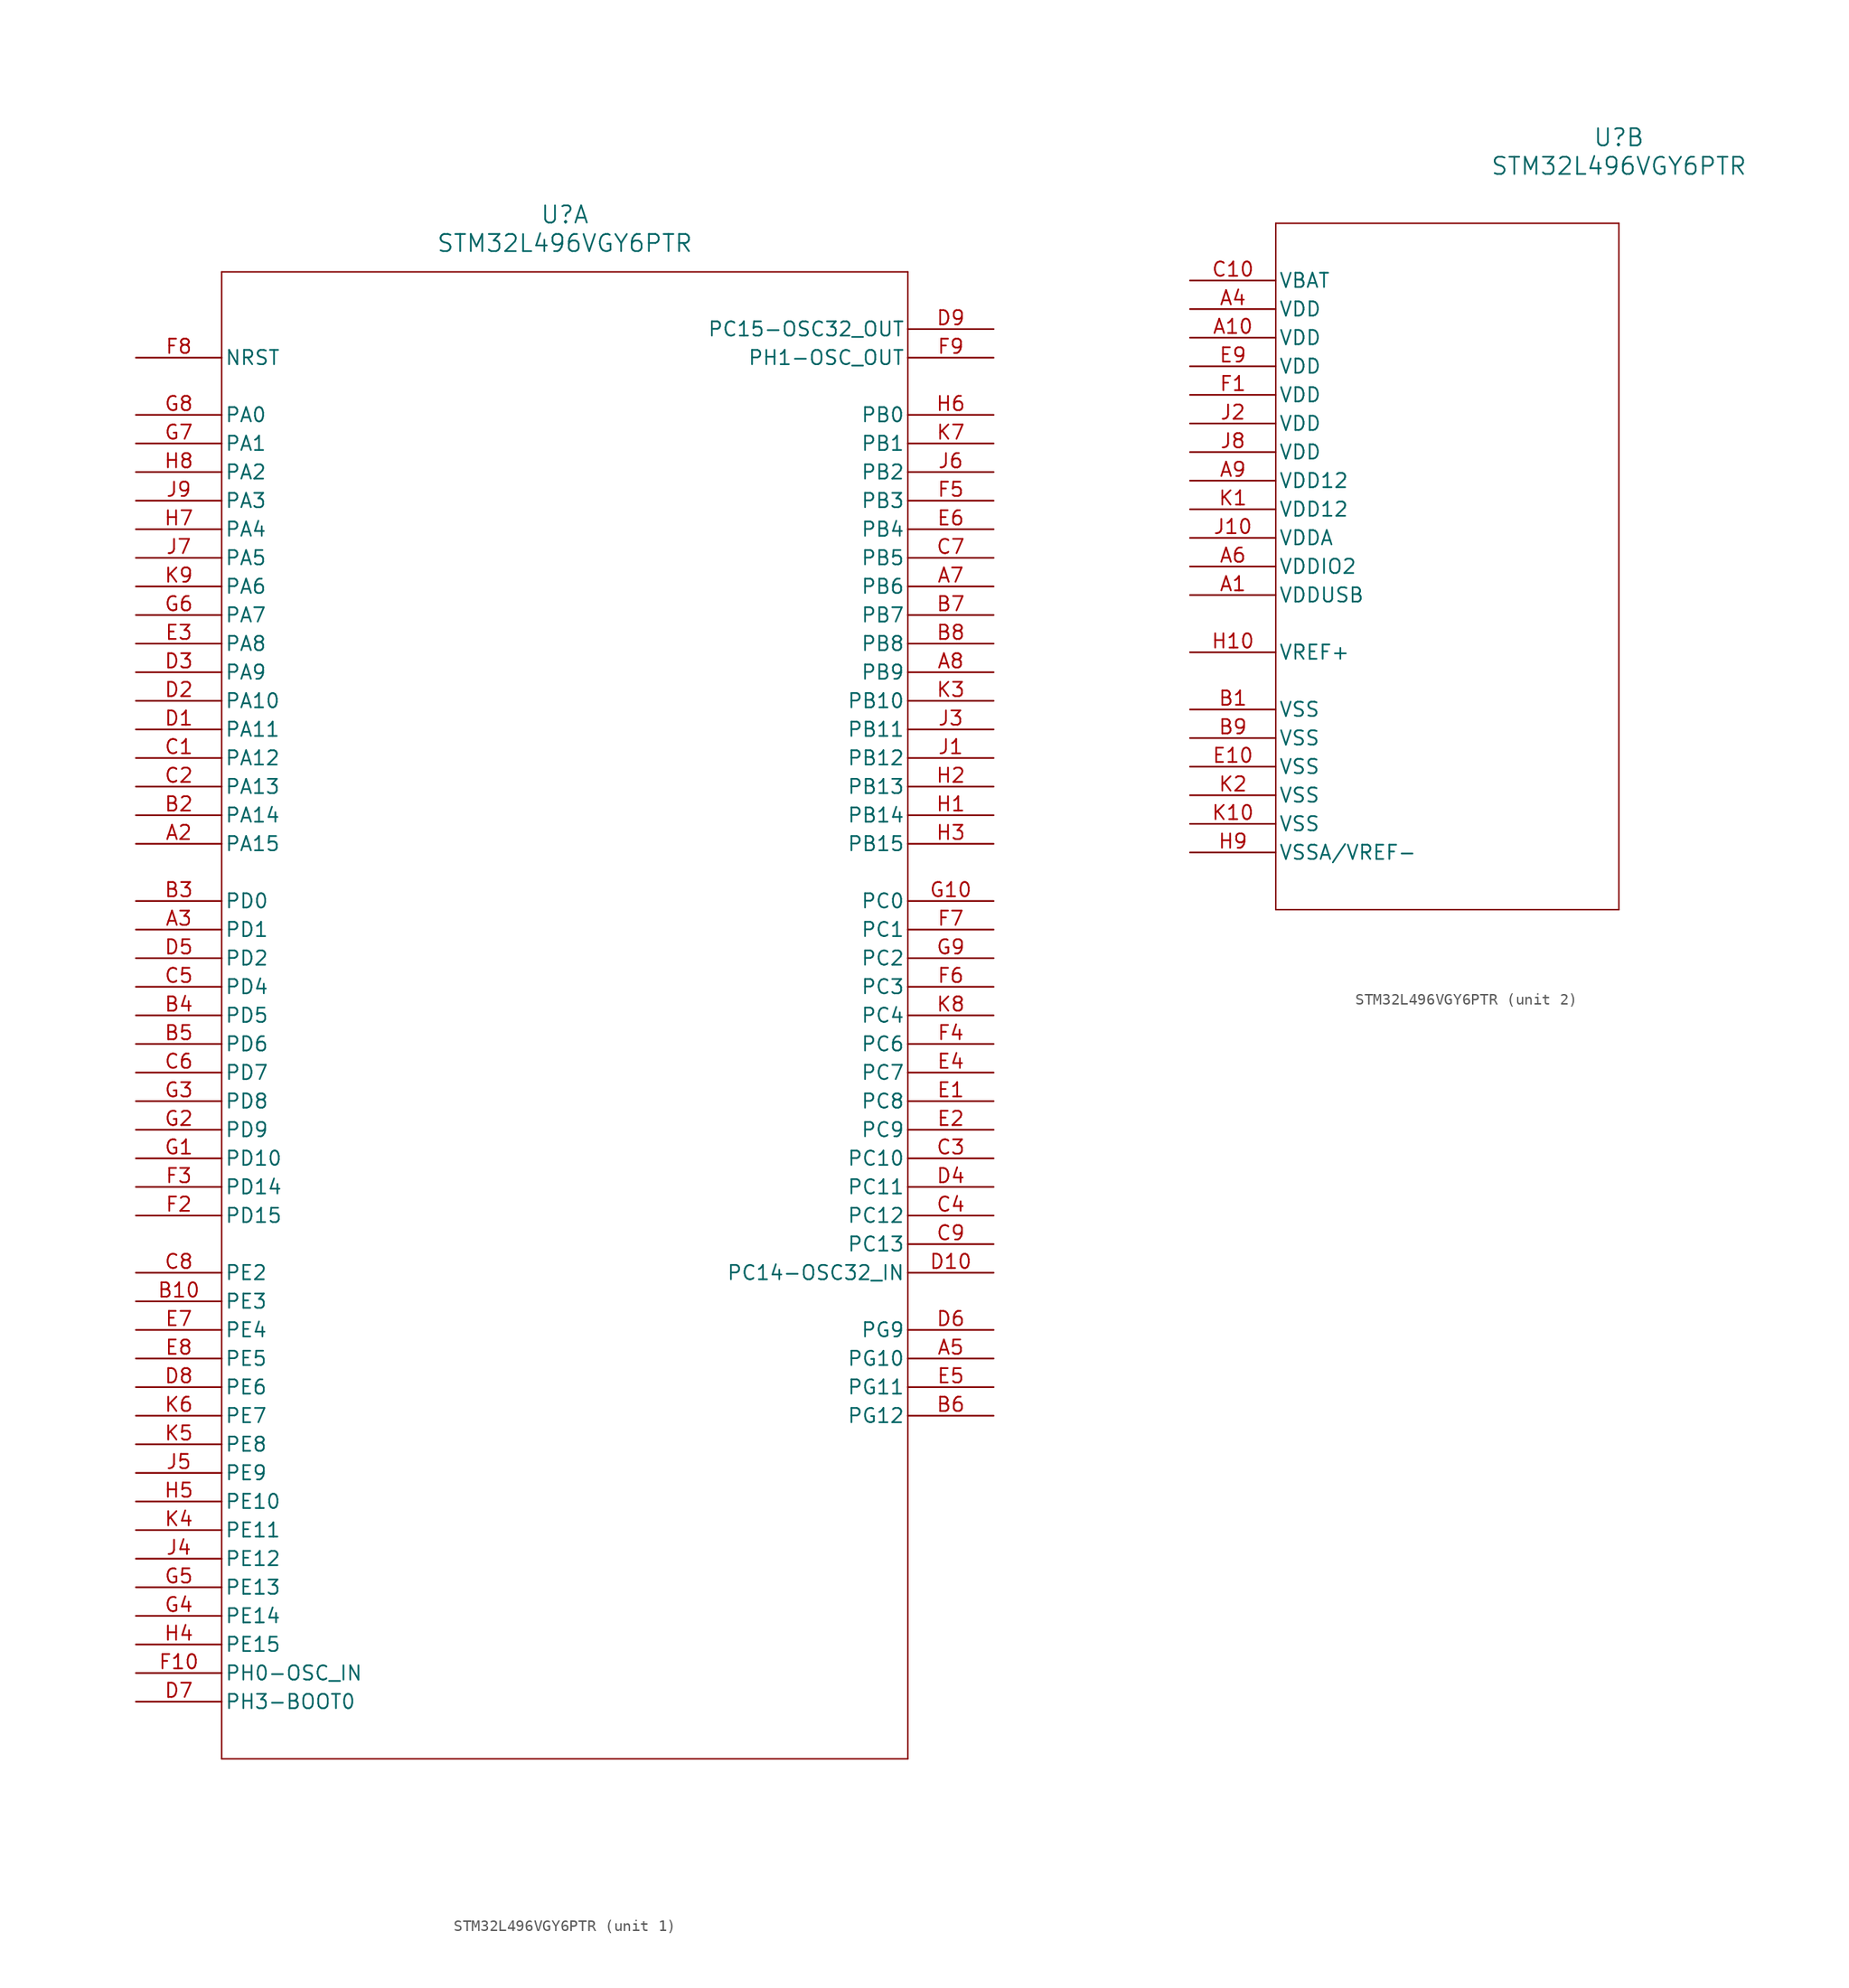
<source format=kicad_sym>
(kicad_symbol_lib
  (version 20241209)
  (generator "kicad_symbol_editor")
  (generator_version "9.0")
  (symbol "STM32L496VGY6PTR"
    (pin_names
      (offset 0.254))
    (property "Reference" "U"
      (at 38.1 12.7 0)
      (effects (font (size 1.524 1.524))))
    (property "Value" "STM32L496VGY6PTR"
      (at 38.1 10.16 0)
      (effects (font (size 1.524 1.524))))
    (property "ki_locked" ""
      (at 0 0 0)
      (effects (font (size 1.27 1.27))))
    (symbol "STM32L496VGY6PTR_1_1"
      (polyline (pts (xy 7.62 7.62) (xy 7.62 -124.46)) (stroke (width 0.127) (type default)) (fill (type none)))
      (polyline (pts (xy 7.62 -124.46) (xy 68.58 -124.46)) (stroke (width 0.127) (type default)) (fill (type none)))
      (polyline (pts (xy 68.58 7.62) (xy 7.62 7.62)) (stroke (width 0.127) (type default)) (fill (type none)))
      (polyline (pts (xy 68.58 -124.46) (xy 68.58 7.62)) (stroke (width 0.127) (type default)) (fill (type none)))
      (pin bidirectional line (at 0 0 0) (length 7.62) (name "NRST" (effects (font (size 1.27 1.27)))) (number "F8" (effects (font (size 1.27 1.27)))))
      (pin bidirectional line (at 0 -5.08 0) (length 7.62) (name "PA0" (effects (font (size 1.27 1.27)))) (number "G8" (effects (font (size 1.27 1.27)))))
      (pin bidirectional line (at 0 -7.62 0) (length 7.62) (name "PA1" (effects (font (size 1.27 1.27)))) (number "G7" (effects (font (size 1.27 1.27)))))
      (pin bidirectional line (at 0 -10.16 0) (length 7.62) (name "PA2" (effects (font (size 1.27 1.27)))) (number "H8" (effects (font (size 1.27 1.27)))))
      (pin bidirectional line (at 0 -12.7 0) (length 7.62) (name "PA3" (effects (font (size 1.27 1.27)))) (number "J9" (effects (font (size 1.27 1.27)))))
      (pin bidirectional line (at 0 -15.24 0) (length 7.62) (name "PA4" (effects (font (size 1.27 1.27)))) (number "H7" (effects (font (size 1.27 1.27)))))
      (pin bidirectional line (at 0 -17.78 0) (length 7.62) (name "PA5" (effects (font (size 1.27 1.27)))) (number "J7" (effects (font (size 1.27 1.27)))))
      (pin bidirectional line (at 0 -20.32 0) (length 7.62) (name "PA6" (effects (font (size 1.27 1.27)))) (number "K9" (effects (font (size 1.27 1.27)))))
      (pin bidirectional line (at 0 -22.86 0) (length 7.62) (name "PA7" (effects (font (size 1.27 1.27)))) (number "G6" (effects (font (size 1.27 1.27)))))
      (pin bidirectional line (at 0 -25.4 0) (length 7.62) (name "PA8" (effects (font (size 1.27 1.27)))) (number "E3" (effects (font (size 1.27 1.27)))))
      (pin bidirectional line (at 0 -27.94 0) (length 7.62) (name "PA9" (effects (font (size 1.27 1.27)))) (number "D3" (effects (font (size 1.27 1.27)))))
      (pin bidirectional line (at 0 -30.48 0) (length 7.62) (name "PA10" (effects (font (size 1.27 1.27)))) (number "D2" (effects (font (size 1.27 1.27)))))
      (pin bidirectional line (at 0 -33.02 0) (length 7.62) (name "PA11" (effects (font (size 1.27 1.27)))) (number "D1" (effects (font (size 1.27 1.27)))))
      (pin bidirectional line (at 0 -35.56 0) (length 7.62) (name "PA12" (effects (font (size 1.27 1.27)))) (number "C1" (effects (font (size 1.27 1.27)))))
      (pin bidirectional line (at 0 -38.1 0) (length 7.62) (name "PA13" (effects (font (size 1.27 1.27)))) (number "C2" (effects (font (size 1.27 1.27)))))
      (pin bidirectional line (at 0 -40.64 0) (length 7.62) (name "PA14" (effects (font (size 1.27 1.27)))) (number "B2" (effects (font (size 1.27 1.27)))))
      (pin bidirectional line (at 0 -43.18 0) (length 7.62) (name "PA15" (effects (font (size 1.27 1.27)))) (number "A2" (effects (font (size 1.27 1.27)))))
      (pin bidirectional line (at 0 -48.26 0) (length 7.62) (name "PD0" (effects (font (size 1.27 1.27)))) (number "B3" (effects (font (size 1.27 1.27)))))
      (pin bidirectional line (at 0 -50.8 0) (length 7.62) (name "PD1" (effects (font (size 1.27 1.27)))) (number "A3" (effects (font (size 1.27 1.27)))))
      (pin bidirectional line (at 0 -53.34 0) (length 7.62) (name "PD2" (effects (font (size 1.27 1.27)))) (number "D5" (effects (font (size 1.27 1.27)))))
      (pin bidirectional line (at 0 -55.88 0) (length 7.62) (name "PD4" (effects (font (size 1.27 1.27)))) (number "C5" (effects (font (size 1.27 1.27)))))
      (pin bidirectional line (at 0 -58.42 0) (length 7.62) (name "PD5" (effects (font (size 1.27 1.27)))) (number "B4" (effects (font (size 1.27 1.27)))))
      (pin bidirectional line (at 0 -60.96 0) (length 7.62) (name "PD6" (effects (font (size 1.27 1.27)))) (number "B5" (effects (font (size 1.27 1.27)))))
      (pin bidirectional line (at 0 -63.5 0) (length 7.62) (name "PD7" (effects (font (size 1.27 1.27)))) (number "C6" (effects (font (size 1.27 1.27)))))
      (pin bidirectional line (at 0 -66.04 0) (length 7.62) (name "PD8" (effects (font (size 1.27 1.27)))) (number "G3" (effects (font (size 1.27 1.27)))))
      (pin bidirectional line (at 0 -68.58 0) (length 7.62) (name "PD9" (effects (font (size 1.27 1.27)))) (number "G2" (effects (font (size 1.27 1.27)))))
      (pin bidirectional line (at 0 -71.12 0) (length 7.62) (name "PD10" (effects (font (size 1.27 1.27)))) (number "G1" (effects (font (size 1.27 1.27)))))
      (pin bidirectional line (at 0 -73.66 0) (length 7.62) (name "PD14" (effects (font (size 1.27 1.27)))) (number "F3" (effects (font (size 1.27 1.27)))))
      (pin bidirectional line (at 0 -76.2 0) (length 7.62) (name "PD15" (effects (font (size 1.27 1.27)))) (number "F2" (effects (font (size 1.27 1.27)))))
      (pin bidirectional line (at 0 -81.28 0) (length 7.62) (name "PE2" (effects (font (size 1.27 1.27)))) (number "C8" (effects (font (size 1.27 1.27)))))
      (pin bidirectional line (at 0 -83.82 0) (length 7.62) (name "PE3" (effects (font (size 1.27 1.27)))) (number "B10" (effects (font (size 1.27 1.27)))))
      (pin bidirectional line (at 0 -86.36 0) (length 7.62) (name "PE4" (effects (font (size 1.27 1.27)))) (number "E7" (effects (font (size 1.27 1.27)))))
      (pin bidirectional line (at 0 -88.9 0) (length 7.62) (name "PE5" (effects (font (size 1.27 1.27)))) (number "E8" (effects (font (size 1.27 1.27)))))
      (pin bidirectional line (at 0 -91.44 0) (length 7.62) (name "PE6" (effects (font (size 1.27 1.27)))) (number "D8" (effects (font (size 1.27 1.27)))))
      (pin bidirectional line (at 0 -93.98 0) (length 7.62) (name "PE7" (effects (font (size 1.27 1.27)))) (number "K6" (effects (font (size 1.27 1.27)))))
      (pin bidirectional line (at 0 -96.52 0) (length 7.62) (name "PE8" (effects (font (size 1.27 1.27)))) (number "K5" (effects (font (size 1.27 1.27)))))
      (pin bidirectional line (at 0 -99.06 0) (length 7.62) (name "PE9" (effects (font (size 1.27 1.27)))) (number "J5" (effects (font (size 1.27 1.27)))))
      (pin bidirectional line (at 0 -101.6 0) (length 7.62) (name "PE10" (effects (font (size 1.27 1.27)))) (number "H5" (effects (font (size 1.27 1.27)))))
      (pin bidirectional line (at 0 -104.14 0) (length 7.62) (name "PE11" (effects (font (size 1.27 1.27)))) (number "K4" (effects (font (size 1.27 1.27)))))
      (pin bidirectional line (at 0 -106.68 0) (length 7.62) (name "PE12" (effects (font (size 1.27 1.27)))) (number "J4" (effects (font (size 1.27 1.27)))))
      (pin bidirectional line (at 0 -109.22 0) (length 7.62) (name "PE13" (effects (font (size 1.27 1.27)))) (number "G5" (effects (font (size 1.27 1.27)))))
      (pin bidirectional line (at 0 -111.76 0) (length 7.62) (name "PE14" (effects (font (size 1.27 1.27)))) (number "G4" (effects (font (size 1.27 1.27)))))
      (pin bidirectional line (at 0 -114.3 0) (length 7.62) (name "PE15" (effects (font (size 1.27 1.27)))) (number "H4" (effects (font (size 1.27 1.27)))))
      (pin bidirectional line (at 0 -116.84 0) (length 7.62) (name "PH0-OSC_IN" (effects (font (size 1.27 1.27)))) (number "F10" (effects (font (size 1.27 1.27)))))
      (pin bidirectional line (at 0 -119.38 0) (length 7.62) (name "PH3-BOOT0" (effects (font (size 1.27 1.27)))) (number "D7" (effects (font (size 1.27 1.27)))))
      (pin bidirectional line (at 76.2 2.54 180) (length 7.62) (name "PC15-OSC32_OUT" (effects (font (size 1.27 1.27)))) (number "D9" (effects (font (size 1.27 1.27)))))
      (pin bidirectional line (at 76.2 0 180) (length 7.62) (name "PH1-OSC_OUT" (effects (font (size 1.27 1.27)))) (number "F9" (effects (font (size 1.27 1.27)))))
      (pin bidirectional line (at 76.2 -5.08 180) (length 7.62) (name "PB0" (effects (font (size 1.27 1.27)))) (number "H6" (effects (font (size 1.27 1.27)))))
      (pin bidirectional line (at 76.2 -7.62 180) (length 7.62) (name "PB1" (effects (font (size 1.27 1.27)))) (number "K7" (effects (font (size 1.27 1.27)))))
      (pin bidirectional line (at 76.2 -10.16 180) (length 7.62) (name "PB2" (effects (font (size 1.27 1.27)))) (number "J6" (effects (font (size 1.27 1.27)))))
      (pin bidirectional line (at 76.2 -12.7 180) (length 7.62) (name "PB3" (effects (font (size 1.27 1.27)))) (number "F5" (effects (font (size 1.27 1.27)))))
      (pin bidirectional line (at 76.2 -15.24 180) (length 7.62) (name "PB4" (effects (font (size 1.27 1.27)))) (number "E6" (effects (font (size 1.27 1.27)))))
      (pin bidirectional line (at 76.2 -17.78 180) (length 7.62) (name "PB5" (effects (font (size 1.27 1.27)))) (number "C7" (effects (font (size 1.27 1.27)))))
      (pin bidirectional line (at 76.2 -20.32 180) (length 7.62) (name "PB6" (effects (font (size 1.27 1.27)))) (number "A7" (effects (font (size 1.27 1.27)))))
      (pin bidirectional line (at 76.2 -22.86 180) (length 7.62) (name "PB7" (effects (font (size 1.27 1.27)))) (number "B7" (effects (font (size 1.27 1.27)))))
      (pin bidirectional line (at 76.2 -25.4 180) (length 7.62) (name "PB8" (effects (font (size 1.27 1.27)))) (number "B8" (effects (font (size 1.27 1.27)))))
      (pin bidirectional line (at 76.2 -27.94 180) (length 7.62) (name "PB9" (effects (font (size 1.27 1.27)))) (number "A8" (effects (font (size 1.27 1.27)))))
      (pin bidirectional line (at 76.2 -30.48 180) (length 7.62) (name "PB10" (effects (font (size 1.27 1.27)))) (number "K3" (effects (font (size 1.27 1.27)))))
      (pin bidirectional line (at 76.2 -33.02 180) (length 7.62) (name "PB11" (effects (font (size 1.27 1.27)))) (number "J3" (effects (font (size 1.27 1.27)))))
      (pin bidirectional line (at 76.2 -35.56 180) (length 7.62) (name "PB12" (effects (font (size 1.27 1.27)))) (number "J1" (effects (font (size 1.27 1.27)))))
      (pin bidirectional line (at 76.2 -38.1 180) (length 7.62) (name "PB13" (effects (font (size 1.27 1.27)))) (number "H2" (effects (font (size 1.27 1.27)))))
      (pin bidirectional line (at 76.2 -40.64 180) (length 7.62) (name "PB14" (effects (font (size 1.27 1.27)))) (number "H1" (effects (font (size 1.27 1.27)))))
      (pin bidirectional line (at 76.2 -43.18 180) (length 7.62) (name "PB15" (effects (font (size 1.27 1.27)))) (number "H3" (effects (font (size 1.27 1.27)))))
      (pin bidirectional line (at 76.2 -48.26 180) (length 7.62) (name "PC0" (effects (font (size 1.27 1.27)))) (number "G10" (effects (font (size 1.27 1.27)))))
      (pin bidirectional line (at 76.2 -50.8 180) (length 7.62) (name "PC1" (effects (font (size 1.27 1.27)))) (number "F7" (effects (font (size 1.27 1.27)))))
      (pin bidirectional line (at 76.2 -53.34 180) (length 7.62) (name "PC2" (effects (font (size 1.27 1.27)))) (number "G9" (effects (font (size 1.27 1.27)))))
      (pin bidirectional line (at 76.2 -55.88 180) (length 7.62) (name "PC3" (effects (font (size 1.27 1.27)))) (number "F6" (effects (font (size 1.27 1.27)))))
      (pin bidirectional line (at 76.2 -58.42 180) (length 7.62) (name "PC4" (effects (font (size 1.27 1.27)))) (number "K8" (effects (font (size 1.27 1.27)))))
      (pin bidirectional line (at 76.2 -60.96 180) (length 7.62) (name "PC6" (effects (font (size 1.27 1.27)))) (number "F4" (effects (font (size 1.27 1.27)))))
      (pin bidirectional line (at 76.2 -63.5 180) (length 7.62) (name "PC7" (effects (font (size 1.27 1.27)))) (number "E4" (effects (font (size 1.27 1.27)))))
      (pin bidirectional line (at 76.2 -66.04 180) (length 7.62) (name "PC8" (effects (font (size 1.27 1.27)))) (number "E1" (effects (font (size 1.27 1.27)))))
      (pin bidirectional line (at 76.2 -68.58 180) (length 7.62) (name "PC9" (effects (font (size 1.27 1.27)))) (number "E2" (effects (font (size 1.27 1.27)))))
      (pin bidirectional line (at 76.2 -71.12 180) (length 7.62) (name "PC10" (effects (font (size 1.27 1.27)))) (number "C3" (effects (font (size 1.27 1.27)))))
      (pin bidirectional line (at 76.2 -73.66 180) (length 7.62) (name "PC11" (effects (font (size 1.27 1.27)))) (number "D4" (effects (font (size 1.27 1.27)))))
      (pin bidirectional line (at 76.2 -76.2 180) (length 7.62) (name "PC12" (effects (font (size 1.27 1.27)))) (number "C4" (effects (font (size 1.27 1.27)))))
      (pin bidirectional line (at 76.2 -78.74 180) (length 7.62) (name "PC13" (effects (font (size 1.27 1.27)))) (number "C9" (effects (font (size 1.27 1.27)))))
      (pin bidirectional line (at 76.2 -81.28 180) (length 7.62) (name "PC14-OSC32_IN" (effects (font (size 1.27 1.27)))) (number "D10" (effects (font (size 1.27 1.27)))))
      (pin bidirectional line (at 76.2 -86.36 180) (length 7.62) (name "PG9" (effects (font (size 1.27 1.27)))) (number "D6" (effects (font (size 1.27 1.27)))))
      (pin bidirectional line (at 76.2 -88.9 180) (length 7.62) (name "PG10" (effects (font (size 1.27 1.27)))) (number "A5" (effects (font (size 1.27 1.27)))))
      (pin bidirectional line (at 76.2 -91.44 180) (length 7.62) (name "PG11" (effects (font (size 1.27 1.27)))) (number "E5" (effects (font (size 1.27 1.27)))))
      (pin bidirectional line (at 76.2 -93.98 180) (length 7.62) (name "PG12" (effects (font (size 1.27 1.27)))) (number "B6" (effects (font (size 1.27 1.27))))))
    (symbol "STM32L496VGY6PTR_2_1"
      (polyline (pts (xy 7.62 5.08) (xy 7.62 -55.88)) (stroke (width 0.127) (type default)) (fill (type none)))
      (polyline (pts (xy 7.62 -55.88) (xy 38.1 -55.88)) (stroke (width 0.127) (type default)) (fill (type none)))
      (polyline (pts (xy 38.1 5.08) (xy 7.62 5.08)) (stroke (width 0.127) (type default)) (fill (type none)))
      (polyline (pts (xy 38.1 -55.88) (xy 38.1 5.08)) (stroke (width 0.127) (type default)) (fill (type none)))
      (pin power_in line (at 0 0 0) (length 7.62) (name "VBAT" (effects (font (size 1.27 1.27)))) (number "C10" (effects (font (size 1.27 1.27)))))
      (pin power_in line (at 0 -2.54 0) (length 7.62) (name "VDD" (effects (font (size 1.27 1.27)))) (number "A4" (effects (font (size 1.27 1.27)))))
      (pin power_in line (at 0 -5.08 0) (length 7.62) (name "VDD" (effects (font (size 1.27 1.27)))) (number "A10" (effects (font (size 1.27 1.27)))))
      (pin power_in line (at 0 -7.62 0) (length 7.62) (name "VDD" (effects (font (size 1.27 1.27)))) (number "E9" (effects (font (size 1.27 1.27)))))
      (pin power_in line (at 0 -10.16 0) (length 7.62) (name "VDD" (effects (font (size 1.27 1.27)))) (number "F1" (effects (font (size 1.27 1.27)))))
      (pin power_in line (at 0 -12.7 0) (length 7.62) (name "VDD" (effects (font (size 1.27 1.27)))) (number "J2" (effects (font (size 1.27 1.27)))))
      (pin power_in line (at 0 -15.24 0) (length 7.62) (name "VDD" (effects (font (size 1.27 1.27)))) (number "J8" (effects (font (size 1.27 1.27)))))
      (pin power_in line (at 0 -17.78 0) (length 7.62) (name "VDD12" (effects (font (size 1.27 1.27)))) (number "A9" (effects (font (size 1.27 1.27)))))
      (pin power_in line (at 0 -20.32 0) (length 7.62) (name "VDD12" (effects (font (size 1.27 1.27)))) (number "K1" (effects (font (size 1.27 1.27)))))
      (pin power_in line (at 0 -22.86 0) (length 7.62) (name "VDDA" (effects (font (size 1.27 1.27)))) (number "J10" (effects (font (size 1.27 1.27)))))
      (pin power_in line (at 0 -25.4 0) (length 7.62) (name "VDDIO2" (effects (font (size 1.27 1.27)))) (number "A6" (effects (font (size 1.27 1.27)))))
      (pin power_in line (at 0 -27.94 0) (length 7.62) (name "VDDUSB" (effects (font (size 1.27 1.27)))) (number "A1" (effects (font (size 1.27 1.27)))))
      (pin power_in line (at 0 -33.02 0) (length 7.62) (name "VREF+" (effects (font (size 1.27 1.27)))) (number "H10" (effects (font (size 1.27 1.27)))))
      (pin power_out line (at 0 -38.1 0) (length 7.62) (name "VSS" (effects (font (size 1.27 1.27)))) (number "B1" (effects (font (size 1.27 1.27)))))
      (pin power_out line (at 0 -40.64 0) (length 7.62) (name "VSS" (effects (font (size 1.27 1.27)))) (number "B9" (effects (font (size 1.27 1.27)))))
      (pin power_out line (at 0 -43.18 0) (length 7.62) (name "VSS" (effects (font (size 1.27 1.27)))) (number "E10" (effects (font (size 1.27 1.27)))))
      (pin power_out line (at 0 -45.72 0) (length 7.62) (name "VSS" (effects (font (size 1.27 1.27)))) (number "K2" (effects (font (size 1.27 1.27)))))
      (pin power_out line (at 0 -48.26 0) (length 7.62) (name "VSS" (effects (font (size 1.27 1.27)))) (number "K10" (effects (font (size 1.27 1.27)))))
      (pin power_in line (at 0 -50.8 0) (length 7.62) (name "VSSA/VREF-" (effects (font (size 1.27 1.27)))) (number "H9" (effects (font (size 1.27 1.27))))))))
</source>
